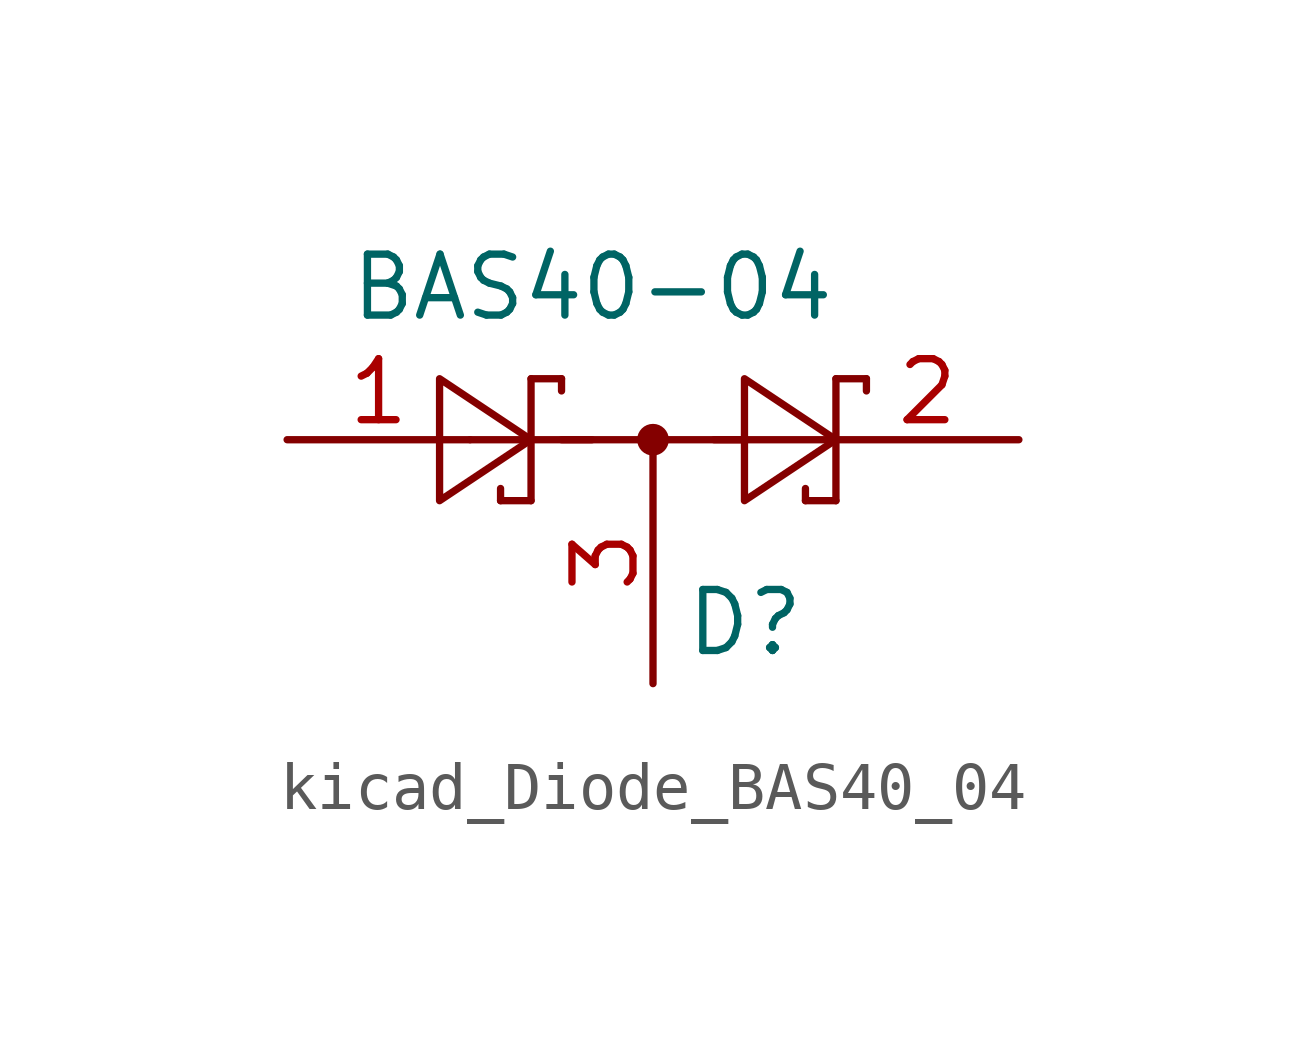
<source format=kicad_sym>
(kicad_symbol_lib
  (version 20220914)
  (generator kicad_symbol_editor)
  (symbol "kicad_Diode_BAS40_04"
    (pin_names
      (offset 1.016))
    (property "Reference" "D"
      (at 0.635 -1.27 0)
      (effects (font (size 1.27 1.27)) (justify left)))
    (property "Value" "BAS40-04"
      (at -6.35 5.715 0)
      (effects (font (size 1.27 1.27)) (justify left)))
    (symbol "kicad_Diode_BAS40_04_0_1"
      (polyline (pts (xy -3.81 2.54) (xy -1.27 2.54)) (stroke (width 0) (type default)) (fill (type none)))
      (polyline (pts (xy -3.175 1.27) (xy -3.175 1.524)) (stroke (width 0) (type default)) (fill (type none)))
      (polyline (pts (xy -2.54 1.27) (xy -3.175 1.27)) (stroke (width 0) (type default)) (fill (type none)))
      (polyline (pts (xy -2.54 1.27) (xy -2.54 3.81)) (stroke (width 0) (type default)) (fill (type none)))
      (polyline (pts (xy -2.54 3.81) (xy -1.905 3.81)) (stroke (width 0) (type default)) (fill (type none)))
      (polyline (pts (xy -1.905 2.54) (xy 1.905 2.54)) (stroke (width 0) (type default)) (fill (type none)))
      (polyline (pts (xy -1.905 3.81) (xy -1.905 3.556)) (stroke (width 0) (type default)) (fill (type none)))
      (polyline (pts (xy 1.27 2.54) (xy 3.81 2.54)) (stroke (width 0) (type default)) (fill (type none)))
      (polyline (pts (xy 3.175 1.27) (xy 3.175 1.524)) (stroke (width 0) (type default)) (fill (type none)))
      (polyline (pts (xy 3.81 1.27) (xy 3.175 1.27)) (stroke (width 0) (type default)) (fill (type none)))
      (polyline (pts (xy 3.81 1.27) (xy 3.81 3.81)) (stroke (width 0) (type default)) (fill (type none)))
      (polyline (pts (xy 3.81 3.81) (xy 4.445 3.81)) (stroke (width 0) (type default)) (fill (type none)))
      (polyline (pts (xy 4.445 3.81) (xy 4.445 3.556)) (stroke (width 0) (type default)) (fill (type none)))
      (polyline (pts (xy -4.445 3.81) (xy -4.445 1.27) (xy -2.54 2.54) (xy -4.445 3.81)) (stroke (width 0) (type default)) (fill (type none)))
      (polyline (pts (xy 1.905 3.81) (xy 1.905 1.27) (xy 3.81 2.54) (xy 1.905 3.81)) (stroke (width 0) (type default)) (fill (type none)))
      (circle (center 0 2.54) (radius 0.254) (stroke (width 0) (type default)) (fill (type outline))))
    (symbol "kicad_Diode_BAS40_04_1_1"
      (pin passive line (at -7.62 2.54 0) (length 3.81) (name "~" (effects (font (size 1.27 1.27)))) (number "1" (effects (font (size 1.27 1.27)))))
      (pin passive line (at 7.62 2.54 180) (length 3.81) (name "~" (effects (font (size 1.27 1.27)))) (number "2" (effects (font (size 1.27 1.27)))))
      (pin passive line (at 0 -2.54 90) (length 5.08) (name "~" (effects (font (size 1.27 1.27)))) (number "3" (effects (font (size 1.27 1.27))))))))
</source>
